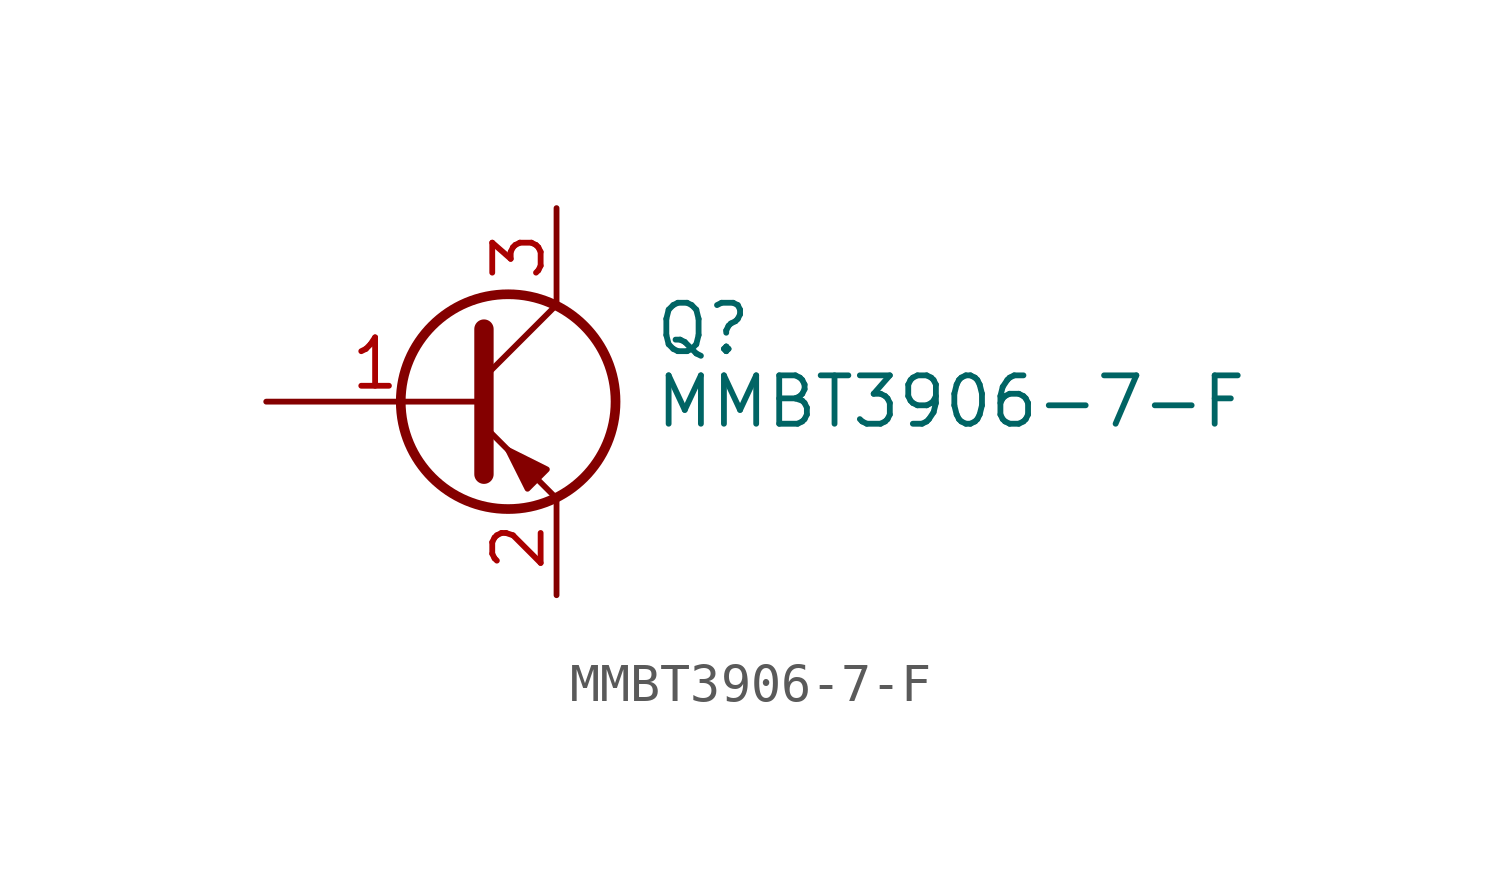
<source format=kicad_sym>
(kicad_symbol_lib
  (version 20220914)
  (generator kicad_symbol_editor)
  (symbol "MMBT3906-7-F"
    (pin_names
      (offset 0) hide)
    (property "Reference" "Q"
      (at 5.08 1.905 0)
      (effects (font (size 1.27 1.27)) (justify left)))
    (property "Value" "MMBT3906-7-F"
      (at 5.08 0 0)
      (effects (font (size 1.27 1.27)) (justify left)))
    (symbol "MMBT3906-7-F_0_1"
      (polyline (pts (xy 0.635 0.635) (xy 2.54 2.54)) (stroke (width 0) (type default)) (fill (type none)))
      (polyline (pts (xy 0.635 -0.635) (xy 2.54 -2.54) (xy 2.54 -2.54)) (stroke (width 0) (type default)) (fill (type none)))
      (polyline (pts (xy 0.635 1.905) (xy 0.635 -1.905) (xy 0.635 -1.905)) (stroke (width 0.508) (type default)) (fill (type none)))
      (polyline (pts (xy 2.286 -1.778) (xy 1.778 -2.286) (xy 1.27 -1.27) (xy 2.286 -1.778) (xy 2.286 -1.778)) (stroke (width 0) (type default)) (fill (type outline)))
      (circle (center 1.27 0) (radius 2.819) (stroke (width 0.254) (type default)) (fill (type none))))
    (symbol "MMBT3906-7-F_1_1"
      (pin input line (at -5.08 0 0) (length 5.715) (name "B" (effects (font (size 1.27 1.27)))) (number "1" (effects (font (size 1.27 1.27)))))
      (pin passive line (at 2.54 -5.08 90) (length 2.54) (name "E" (effects (font (size 1.27 1.27)))) (number "2" (effects (font (size 1.27 1.27)))))
      (pin passive line (at 2.54 5.08 270) (length 2.54) (name "C" (effects (font (size 1.27 1.27)))) (number "3" (effects (font (size 1.27 1.27))))))))
</source>
